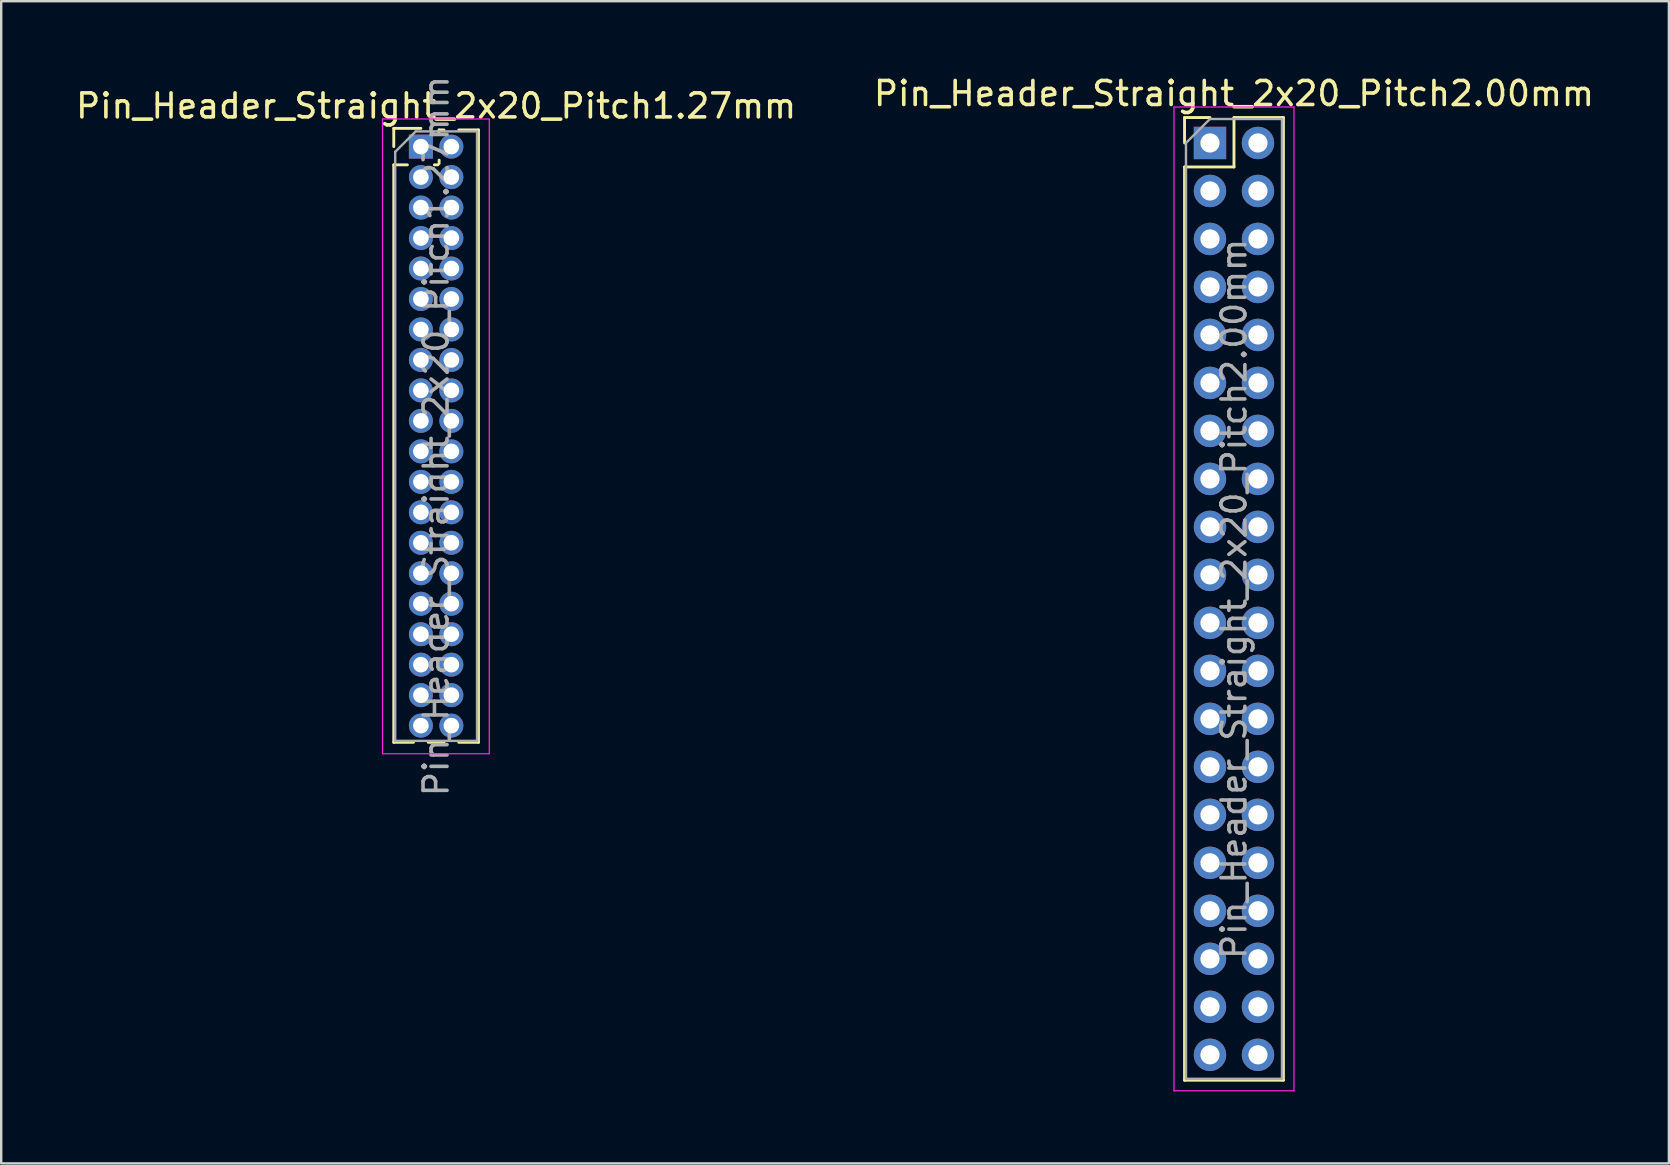
<source format=kicad_pcb>
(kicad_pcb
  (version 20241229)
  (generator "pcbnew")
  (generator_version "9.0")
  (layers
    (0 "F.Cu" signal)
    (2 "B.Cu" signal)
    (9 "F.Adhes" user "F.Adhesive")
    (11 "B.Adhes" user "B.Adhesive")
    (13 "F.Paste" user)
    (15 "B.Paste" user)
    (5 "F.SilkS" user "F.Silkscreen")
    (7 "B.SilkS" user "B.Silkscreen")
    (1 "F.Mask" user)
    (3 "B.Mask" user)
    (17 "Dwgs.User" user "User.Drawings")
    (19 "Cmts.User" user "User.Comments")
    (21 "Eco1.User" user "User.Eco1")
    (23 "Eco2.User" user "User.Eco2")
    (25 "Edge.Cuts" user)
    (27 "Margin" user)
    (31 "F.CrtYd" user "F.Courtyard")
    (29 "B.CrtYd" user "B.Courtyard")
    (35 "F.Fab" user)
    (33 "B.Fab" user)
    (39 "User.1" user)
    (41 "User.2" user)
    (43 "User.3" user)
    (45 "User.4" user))
  (footprint "Pin_Header_Straight_2x20_Pitch2.00mm"
    (layer "F.Cu")
    (at 47.375 2.908)
    (property "Reference" "Pin_Header_Straight_2x20_Pitch2.00mm" (at 1 -2.06 0) (layer "F.SilkS") (effects (font (size 1 1) (thickness 0.15))))
    (attr through_hole)
    (fp_line (start -1.06 -1.06) (end 0 -1.06) (stroke (width 0.12) (type solid)) (layer "F.SilkS"))
    (fp_line (start -1.06 0) (end -1.06 -1.06) (stroke (width 0.12) (type solid)) (layer "F.SilkS"))
    (fp_line (start -1.06 1) (end -1.06 39.06) (stroke (width 0.12) (type solid)) (layer "F.SilkS"))
    (fp_line (start -1.06 1) (end 1 1) (stroke (width 0.12) (type solid)) (layer "F.SilkS"))
    (fp_line (start -1.06 39.06) (end 3.06 39.06) (stroke (width 0.12) (type solid)) (layer "F.SilkS"))
    (fp_line (start 1 -1.06) (end 3.06 -1.06) (stroke (width 0.12) (type solid)) (layer "F.SilkS"))
    (fp_line (start 1 1) (end 1 -1.06) (stroke (width 0.12) (type solid)) (layer "F.SilkS"))
    (fp_line (start 3.06 -1.06) (end 3.06 39.06) (stroke (width 0.12) (type solid)) (layer "F.SilkS"))
    (fp_line (start -1.5 -1.5) (end -1.5 39.5) (stroke (width 0.05) (type solid)) (layer "F.CrtYd"))
    (fp_line (start -1.5 39.5) (end 3.5 39.5) (stroke (width 0.05) (type solid)) (layer "F.CrtYd"))
    (fp_line (start 3.5 -1.5) (end -1.5 -1.5) (stroke (width 0.05) (type solid)) (layer "F.CrtYd"))
    (fp_line (start 3.5 39.5) (end 3.5 -1.5) (stroke (width 0.05) (type solid)) (layer "F.CrtYd"))
    (fp_line (start -1 0) (end 0 -1) (stroke (width 0.1) (type solid)) (layer "F.Fab"))
    (fp_line (start -1 39) (end -1 0) (stroke (width 0.1) (type solid)) (layer "F.Fab"))
    (fp_line (start 0 -1) (end 3 -1) (stroke (width 0.1) (type solid)) (layer "F.Fab"))
    (fp_line (start 3 -1) (end 3 39) (stroke (width 0.1) (type solid)) (layer "F.Fab"))
    (fp_line (start 3 39) (end -1 39) (stroke (width 0.1) (type solid)) (layer "F.Fab"))
    (fp_text user "${REFERENCE}" (at 1 19 90) (layer "F.Fab") (effects (font (size 1 1) (thickness 0.15))))
    (pad "1" thru_hole rect (at 0 0) (size 1.35 1.35) (drill 0.8) (layers "*.Cu" "*.Mask"))
    (pad "2" thru_hole oval (at 2 0) (size 1.35 1.35) (drill 0.8) (layers "*.Cu" "*.Mask"))
    (pad "3" thru_hole oval (at 0 2) (size 1.35 1.35) (drill 0.8) (layers "*.Cu" "*.Mask"))
    (pad "4" thru_hole oval (at 2 2) (size 1.35 1.35) (drill 0.8) (layers "*.Cu" "*.Mask"))
    (pad "5" thru_hole oval (at 0 4) (size 1.35 1.35) (drill 0.8) (layers "*.Cu" "*.Mask"))
    (pad "6" thru_hole oval (at 2 4) (size 1.35 1.35) (drill 0.8) (layers "*.Cu" "*.Mask"))
    (pad "7" thru_hole oval (at 0 6) (size 1.35 1.35) (drill 0.8) (layers "*.Cu" "*.Mask"))
    (pad "8" thru_hole oval (at 2 6) (size 1.35 1.35) (drill 0.8) (layers "*.Cu" "*.Mask"))
    (pad "9" thru_hole oval (at 0 8) (size 1.35 1.35) (drill 0.8) (layers "*.Cu" "*.Mask"))
    (pad "10" thru_hole oval (at 2 8) (size 1.35 1.35) (drill 0.8) (layers "*.Cu" "*.Mask"))
    (pad "11" thru_hole oval (at 0 10) (size 1.35 1.35) (drill 0.8) (layers "*.Cu" "*.Mask"))
    (pad "12" thru_hole oval (at 2 10) (size 1.35 1.35) (drill 0.8) (layers "*.Cu" "*.Mask"))
    (pad "13" thru_hole oval (at 0 12) (size 1.35 1.35) (drill 0.8) (layers "*.Cu" "*.Mask"))
    (pad "14" thru_hole oval (at 2 12) (size 1.35 1.35) (drill 0.8) (layers "*.Cu" "*.Mask"))
    (pad "15" thru_hole oval (at 0 14) (size 1.35 1.35) (drill 0.8) (layers "*.Cu" "*.Mask"))
    (pad "16" thru_hole oval (at 2 14) (size 1.35 1.35) (drill 0.8) (layers "*.Cu" "*.Mask"))
    (pad "17" thru_hole oval (at 0 16) (size 1.35 1.35) (drill 0.8) (layers "*.Cu" "*.Mask"))
    (pad "18" thru_hole oval (at 2 16) (size 1.35 1.35) (drill 0.8) (layers "*.Cu" "*.Mask"))
    (pad "19" thru_hole oval (at 0 18) (size 1.35 1.35) (drill 0.8) (layers "*.Cu" "*.Mask"))
    (pad "20" thru_hole oval (at 2 18) (size 1.35 1.35) (drill 0.8) (layers "*.Cu" "*.Mask"))
    (pad "21" thru_hole oval (at 0 20) (size 1.35 1.35) (drill 0.8) (layers "*.Cu" "*.Mask"))
    (pad "22" thru_hole oval (at 2 20) (size 1.35 1.35) (drill 0.8) (layers "*.Cu" "*.Mask"))
    (pad "23" thru_hole oval (at 0 22) (size 1.35 1.35) (drill 0.8) (layers "*.Cu" "*.Mask"))
    (pad "24" thru_hole oval (at 2 22) (size 1.35 1.35) (drill 0.8) (layers "*.Cu" "*.Mask"))
    (pad "25" thru_hole oval (at 0 24) (size 1.35 1.35) (drill 0.8) (layers "*.Cu" "*.Mask"))
    (pad "26" thru_hole oval (at 2 24) (size 1.35 1.35) (drill 0.8) (layers "*.Cu" "*.Mask"))
    (pad "27" thru_hole oval (at 0 26) (size 1.35 1.35) (drill 0.8) (layers "*.Cu" "*.Mask"))
    (pad "28" thru_hole oval (at 2 26) (size 1.35 1.35) (drill 0.8) (layers "*.Cu" "*.Mask"))
    (pad "29" thru_hole oval (at 0 28) (size 1.35 1.35) (drill 0.8) (layers "*.Cu" "*.Mask"))
    (pad "30" thru_hole oval (at 2 28) (size 1.35 1.35) (drill 0.8) (layers "*.Cu" "*.Mask"))
    (pad "31" thru_hole oval (at 0 30) (size 1.35 1.35) (drill 0.8) (layers "*.Cu" "*.Mask"))
    (pad "32" thru_hole oval (at 2 30) (size 1.35 1.35) (drill 0.8) (layers "*.Cu" "*.Mask"))
    (pad "33" thru_hole oval (at 0 32) (size 1.35 1.35) (drill 0.8) (layers "*.Cu" "*.Mask"))
    (pad "34" thru_hole oval (at 2 32) (size 1.35 1.35) (drill 0.8) (layers "*.Cu" "*.Mask"))
    (pad "35" thru_hole oval (at 0 34) (size 1.35 1.35) (drill 0.8) (layers "*.Cu" "*.Mask"))
    (pad "36" thru_hole oval (at 2 34) (size 1.35 1.35) (drill 0.8) (layers "*.Cu" "*.Mask"))
    (pad "37" thru_hole oval (at 0 36) (size 1.35 1.35) (drill 0.8) (layers "*.Cu" "*.Mask"))
    (pad "38" thru_hole oval (at 2 36) (size 1.35 1.35) (drill 0.8) (layers "*.Cu" "*.Mask"))
    (pad "39" thru_hole oval (at 0 38) (size 1.35 1.35) (drill 0.8) (layers "*.Cu" "*.Mask"))
    (pad "40" thru_hole oval (at 2 38) (size 1.35 1.35) (drill 0.8) (layers "*.Cu" "*.Mask")))
  (footprint "Pin_Header_Straight_2x20_Pitch1.27mm"
    (layer "F.Cu")
    (at 14.49 3.06)
    (property "Reference" "Pin_Header_Straight_2x20_Pitch1.27mm" (at 0.635 -1.695 0) (layer "F.SilkS") (effects (font (size 1 1) (thickness 0.15))))
    (attr through_hole)
    (fp_line (start -1.13 -0.76) (end 0 -0.76) (stroke (width 0.12) (type solid)) (layer "F.SilkS"))
    (fp_line (start -1.13 0) (end -1.13 -0.76) (stroke (width 0.12) (type solid)) (layer "F.SilkS"))
    (fp_line (start -1.13 0.76) (end -1.13 24.825) (stroke (width 0.12) (type solid)) (layer "F.SilkS"))
    (fp_line (start -1.13 0.76) (end -0.563 0.76) (stroke (width 0.12) (type solid)) (layer "F.SilkS"))
    (fp_line (start -1.13 24.825) (end -0.308 24.825) (stroke (width 0.12) (type solid)) (layer "F.SilkS"))
    (fp_line (start 0.308 24.825) (end 0.962 24.825) (stroke (width 0.12) (type solid)) (layer "F.SilkS"))
    (fp_line (start 0.563 0.76) (end 0.707 0.76) (stroke (width 0.12) (type solid)) (layer "F.SilkS"))
    (fp_line (start 0.76 -0.695) (end 0.962 -0.695) (stroke (width 0.12) (type solid)) (layer "F.SilkS"))
    (fp_line (start 0.76 -0.563) (end 0.76 -0.695) (stroke (width 0.12) (type solid)) (layer "F.SilkS"))
    (fp_line (start 0.76 0.707) (end 0.76 0.563) (stroke (width 0.12) (type solid)) (layer "F.SilkS"))
    (fp_line (start 1.578 -0.695) (end 2.4 -0.695) (stroke (width 0.12) (type solid)) (layer "F.SilkS"))
    (fp_line (start 1.578 24.825) (end 2.4 24.825) (stroke (width 0.12) (type solid)) (layer "F.SilkS"))
    (fp_line (start 2.4 -0.695) (end 2.4 24.825) (stroke (width 0.12) (type solid)) (layer "F.SilkS"))
    (fp_line (start -1.6 -1.15) (end -1.6 25.3) (stroke (width 0.05) (type solid)) (layer "F.CrtYd"))
    (fp_line (start -1.6 25.3) (end 2.85 25.3) (stroke (width 0.05) (type solid)) (layer "F.CrtYd"))
    (fp_line (start 2.85 -1.15) (end -1.6 -1.15) (stroke (width 0.05) (type solid)) (layer "F.CrtYd"))
    (fp_line (start 2.85 25.3) (end 2.85 -1.15) (stroke (width 0.05) (type solid)) (layer "F.CrtYd"))
    (fp_line (start -1.07 0.217) (end -0.217 -0.635) (stroke (width 0.1) (type solid)) (layer "F.Fab"))
    (fp_line (start -1.07 24.765) (end -1.07 0.217) (stroke (width 0.1) (type solid)) (layer "F.Fab"))
    (fp_line (start -0.217 -0.635) (end 2.34 -0.635) (stroke (width 0.1) (type solid)) (layer "F.Fab"))
    (fp_line (start 2.34 -0.635) (end 2.34 24.765) (stroke (width 0.1) (type solid)) (layer "F.Fab"))
    (fp_line (start 2.34 24.765) (end -1.07 24.765) (stroke (width 0.1) (type solid)) (layer "F.Fab"))
    (fp_text user "${REFERENCE}" (at 0.635 12.065 90) (layer "F.Fab") (effects (font (size 1 1) (thickness 0.15))))
    (pad "1" thru_hole rect (at 0 0) (size 1 1) (drill 0.65) (layers "*.Cu" "*.Mask"))
    (pad "2" thru_hole oval (at 1.27 0) (size 1 1) (drill 0.65) (layers "*.Cu" "*.Mask"))
    (pad "3" thru_hole oval (at 0 1.27) (size 1 1) (drill 0.65) (layers "*.Cu" "*.Mask"))
    (pad "4" thru_hole oval (at 1.27 1.27) (size 1 1) (drill 0.65) (layers "*.Cu" "*.Mask"))
    (pad "5" thru_hole oval (at 0 2.54) (size 1 1) (drill 0.65) (layers "*.Cu" "*.Mask"))
    (pad "6" thru_hole oval (at 1.27 2.54) (size 1 1) (drill 0.65) (layers "*.Cu" "*.Mask"))
    (pad "7" thru_hole oval (at 0 3.81) (size 1 1) (drill 0.65) (layers "*.Cu" "*.Mask"))
    (pad "8" thru_hole oval (at 1.27 3.81) (size 1 1) (drill 0.65) (layers "*.Cu" "*.Mask"))
    (pad "9" thru_hole oval (at 0 5.08) (size 1 1) (drill 0.65) (layers "*.Cu" "*.Mask"))
    (pad "10" thru_hole oval (at 1.27 5.08) (size 1 1) (drill 0.65) (layers "*.Cu" "*.Mask"))
    (pad "11" thru_hole oval (at 0 6.35) (size 1 1) (drill 0.65) (layers "*.Cu" "*.Mask"))
    (pad "12" thru_hole oval (at 1.27 6.35) (size 1 1) (drill 0.65) (layers "*.Cu" "*.Mask"))
    (pad "13" thru_hole oval (at 0 7.62) (size 1 1) (drill 0.65) (layers "*.Cu" "*.Mask"))
    (pad "14" thru_hole oval (at 1.27 7.62) (size 1 1) (drill 0.65) (layers "*.Cu" "*.Mask"))
    (pad "15" thru_hole oval (at 0 8.89) (size 1 1) (drill 0.65) (layers "*.Cu" "*.Mask"))
    (pad "16" thru_hole oval (at 1.27 8.89) (size 1 1) (drill 0.65) (layers "*.Cu" "*.Mask"))
    (pad "17" thru_hole oval (at 0 10.16) (size 1 1) (drill 0.65) (layers "*.Cu" "*.Mask"))
    (pad "18" thru_hole oval (at 1.27 10.16) (size 1 1) (drill 0.65) (layers "*.Cu" "*.Mask"))
    (pad "19" thru_hole oval (at 0 11.43) (size 1 1) (drill 0.65) (layers "*.Cu" "*.Mask"))
    (pad "20" thru_hole oval (at 1.27 11.43) (size 1 1) (drill 0.65) (layers "*.Cu" "*.Mask"))
    (pad "21" thru_hole oval (at 0 12.7) (size 1 1) (drill 0.65) (layers "*.Cu" "*.Mask"))
    (pad "22" thru_hole oval (at 1.27 12.7) (size 1 1) (drill 0.65) (layers "*.Cu" "*.Mask"))
    (pad "23" thru_hole oval (at 0 13.97) (size 1 1) (drill 0.65) (layers "*.Cu" "*.Mask"))
    (pad "24" thru_hole oval (at 1.27 13.97) (size 1 1) (drill 0.65) (layers "*.Cu" "*.Mask"))
    (pad "25" thru_hole oval (at 0 15.24) (size 1 1) (drill 0.65) (layers "*.Cu" "*.Mask"))
    (pad "26" thru_hole oval (at 1.27 15.24) (size 1 1) (drill 0.65) (layers "*.Cu" "*.Mask"))
    (pad "27" thru_hole oval (at 0 16.51) (size 1 1) (drill 0.65) (layers "*.Cu" "*.Mask"))
    (pad "28" thru_hole oval (at 1.27 16.51) (size 1 1) (drill 0.65) (layers "*.Cu" "*.Mask"))
    (pad "29" thru_hole oval (at 0 17.78) (size 1 1) (drill 0.65) (layers "*.Cu" "*.Mask"))
    (pad "30" thru_hole oval (at 1.27 17.78) (size 1 1) (drill 0.65) (layers "*.Cu" "*.Mask"))
    (pad "31" thru_hole oval (at 0 19.05) (size 1 1) (drill 0.65) (layers "*.Cu" "*.Mask"))
    (pad "32" thru_hole oval (at 1.27 19.05) (size 1 1) (drill 0.65) (layers "*.Cu" "*.Mask"))
    (pad "33" thru_hole oval (at 0 20.32) (size 1 1) (drill 0.65) (layers "*.Cu" "*.Mask"))
    (pad "34" thru_hole oval (at 1.27 20.32) (size 1 1) (drill 0.65) (layers "*.Cu" "*.Mask"))
    (pad "35" thru_hole oval (at 0 21.59) (size 1 1) (drill 0.65) (layers "*.Cu" "*.Mask"))
    (pad "36" thru_hole oval (at 1.27 21.59) (size 1 1) (drill 0.65) (layers "*.Cu" "*.Mask"))
    (pad "37" thru_hole oval (at 0 22.86) (size 1 1) (drill 0.65) (layers "*.Cu" "*.Mask"))
    (pad "38" thru_hole oval (at 1.27 22.86) (size 1 1) (drill 0.65) (layers "*.Cu" "*.Mask"))
    (pad "39" thru_hole oval (at 0 24.13) (size 1 1) (drill 0.65) (layers "*.Cu" "*.Mask"))
    (pad "40" thru_hole oval (at 1.27 24.13) (size 1 1) (drill 0.65) (layers "*.Cu" "*.Mask")))
  (gr_rect
    (start -3 -3)
    (end 66.5 45.433)
    (stroke (width 0.1) (type default))
    (fill no)
    (layer "Edge.Cuts")))
</source>
